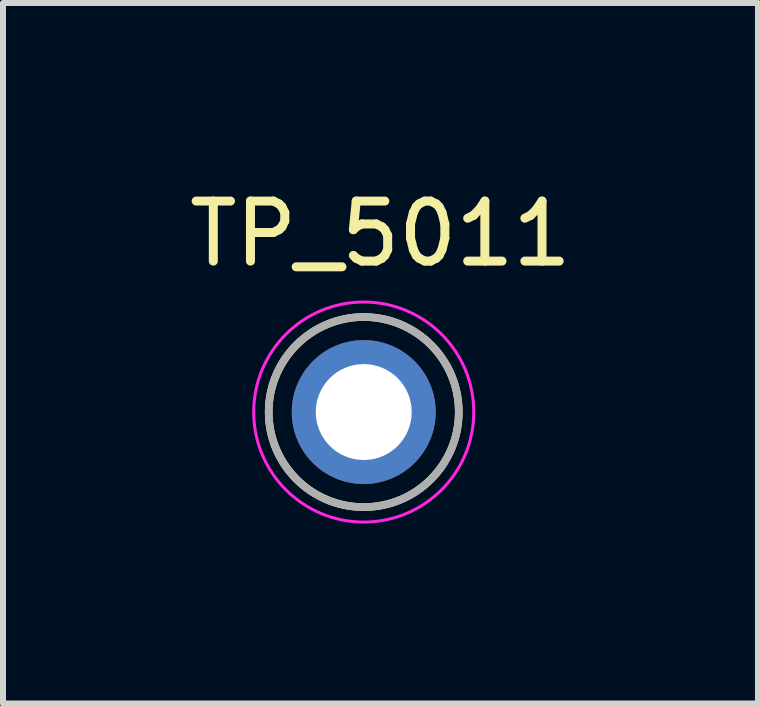
<source format=kicad_pcb>
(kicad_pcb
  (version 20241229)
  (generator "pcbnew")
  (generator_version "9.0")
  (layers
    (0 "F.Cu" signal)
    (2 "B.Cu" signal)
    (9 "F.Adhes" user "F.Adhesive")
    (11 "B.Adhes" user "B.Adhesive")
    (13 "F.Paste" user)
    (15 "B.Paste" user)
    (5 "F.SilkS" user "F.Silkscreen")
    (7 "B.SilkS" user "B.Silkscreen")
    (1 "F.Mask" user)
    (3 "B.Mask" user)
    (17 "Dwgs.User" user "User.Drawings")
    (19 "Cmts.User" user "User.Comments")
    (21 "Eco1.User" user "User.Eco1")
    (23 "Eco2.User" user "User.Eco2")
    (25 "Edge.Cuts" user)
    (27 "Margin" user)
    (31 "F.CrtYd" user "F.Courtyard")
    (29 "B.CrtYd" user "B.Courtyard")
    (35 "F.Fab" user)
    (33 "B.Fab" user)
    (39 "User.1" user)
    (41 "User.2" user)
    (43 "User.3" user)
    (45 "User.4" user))
  (footprint "TP_5011"
    (layer "F.Cu")
    (at 3.016 3.822)
    (property "Reference" "TP_5011" (at 0.28 -2.973 0) (layer "F.SilkS") (effects (font (size 1.001 1.001) (thickness 0.15))))
    (attr through_hole)
    (fp_circle (center 0 0) (end 1.585 0) (stroke (width 0.127) (type solid)) (fill no) (layer "F.SilkS"))
    (fp_circle (center 0 0) (end 1.835 0) (stroke (width 0.05) (type solid)) (fill no) (layer "F.CrtYd"))
    (fp_circle (center 0 0) (end 1.585 0) (stroke (width 0.127) (type solid)) (fill no) (layer "F.Fab"))
    (pad "TP" thru_hole circle (at 0 0) (size 2.4 2.4) (drill 1.6) (layers "*.Cu" "*.Mask")))
  (gr_rect
    (start -3 -3)
    (end 9.591 8.682)
    (stroke (width 0.1) (type default))
    (fill no)
    (layer "Edge.Cuts")))
</source>
